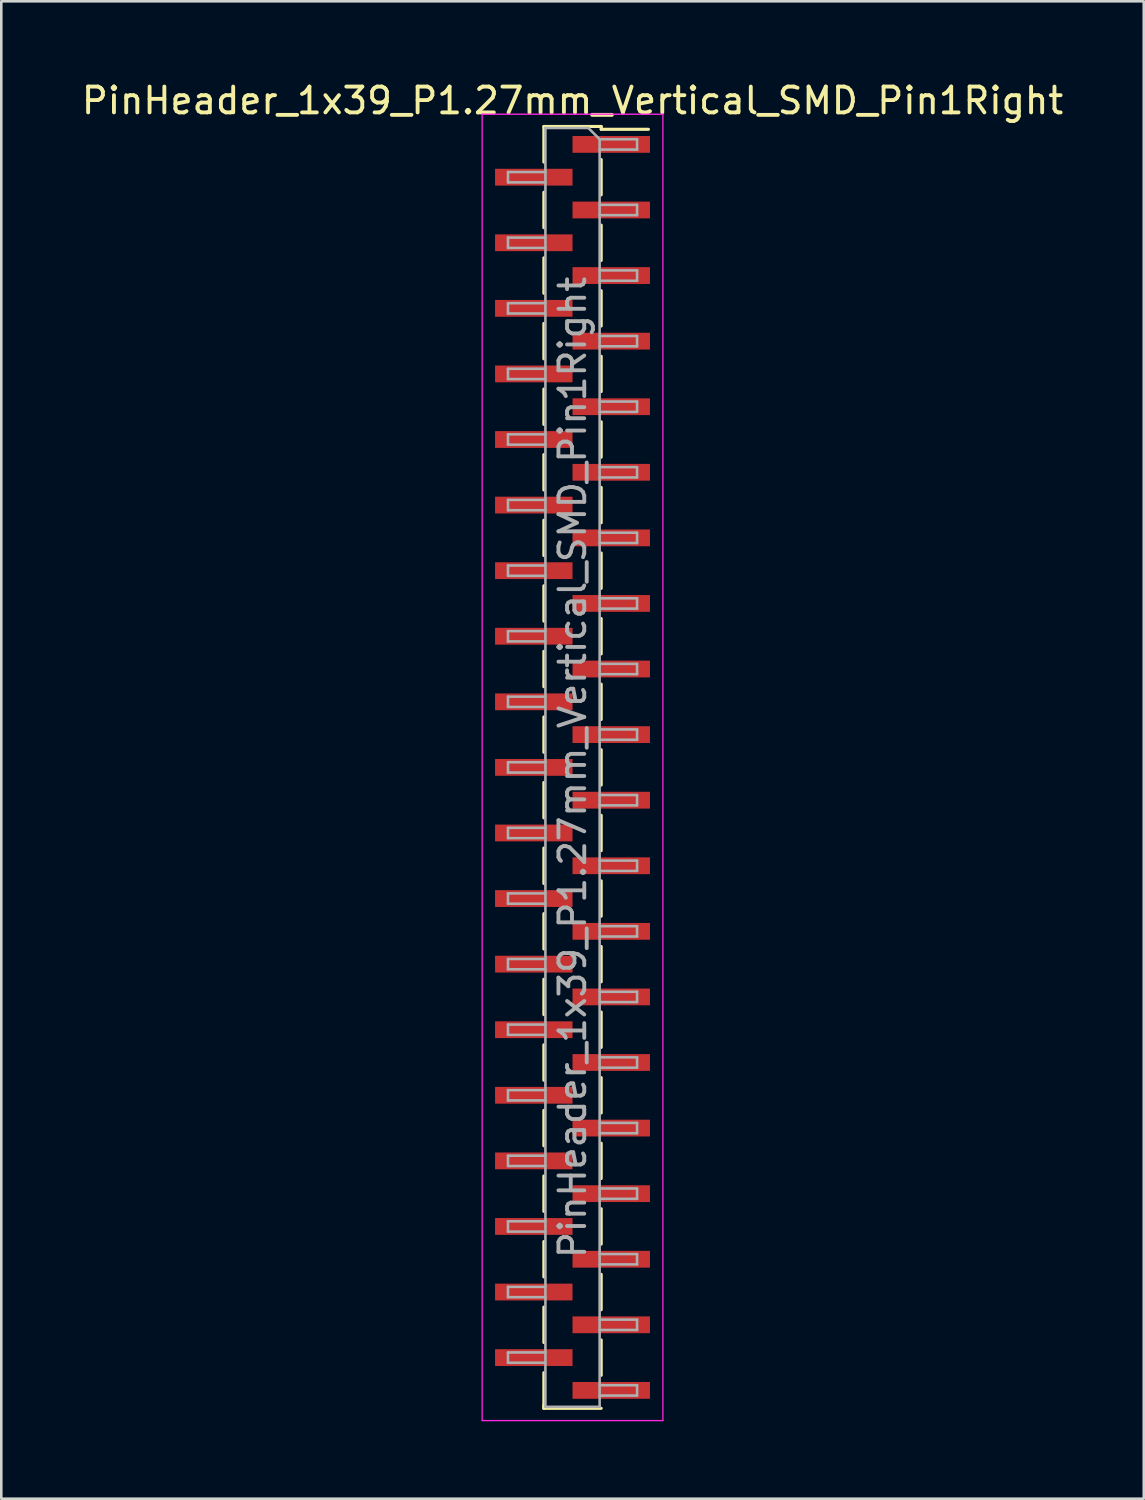
<source format=kicad_pcb>
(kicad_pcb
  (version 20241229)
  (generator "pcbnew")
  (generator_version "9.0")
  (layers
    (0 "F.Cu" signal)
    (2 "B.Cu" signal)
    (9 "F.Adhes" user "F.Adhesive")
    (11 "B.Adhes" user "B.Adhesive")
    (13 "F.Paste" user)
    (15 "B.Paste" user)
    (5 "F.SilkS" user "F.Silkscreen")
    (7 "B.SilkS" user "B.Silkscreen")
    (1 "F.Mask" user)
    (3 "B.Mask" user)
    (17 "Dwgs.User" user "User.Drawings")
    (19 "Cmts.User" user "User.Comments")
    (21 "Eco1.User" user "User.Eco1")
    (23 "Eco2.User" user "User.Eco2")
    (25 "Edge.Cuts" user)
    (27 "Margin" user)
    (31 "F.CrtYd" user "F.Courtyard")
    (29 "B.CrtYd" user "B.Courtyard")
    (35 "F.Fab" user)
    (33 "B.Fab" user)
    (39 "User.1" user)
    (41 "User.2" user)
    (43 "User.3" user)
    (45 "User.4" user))
  (footprint "PinHeader_1x39_P1.27mm_Vertical_SMD_Pin1Right"
    (layer "F.Cu")
    (at 19.125 26.673)
    (property "Reference" "PinHeader_1x39_P1.27mm_Vertical_SMD_Pin1Right" (at 0 -25.825 0) (layer "F.SilkS") (effects (font (size 1 1) (thickness 0.15))))
    (attr smd)
    (fp_line (start -1.11 -24.825) (end 1.11 -24.825) (stroke (width 0.12) (type solid)) (layer "F.SilkS"))
    (fp_line (start -1.11 -24.815) (end -1.11 -23.445) (stroke (width 0.12) (type solid)) (layer "F.SilkS"))
    (fp_line (start -1.11 -22.275) (end -1.11 -20.905) (stroke (width 0.12) (type solid)) (layer "F.SilkS"))
    (fp_line (start -1.11 -19.735) (end -1.11 -18.365) (stroke (width 0.12) (type solid)) (layer "F.SilkS"))
    (fp_line (start -1.11 -17.195) (end -1.11 -15.825) (stroke (width 0.12) (type solid)) (layer "F.SilkS"))
    (fp_line (start -1.11 -14.655) (end -1.11 -13.285) (stroke (width 0.12) (type solid)) (layer "F.SilkS"))
    (fp_line (start -1.11 -12.115) (end -1.11 -10.745) (stroke (width 0.12) (type solid)) (layer "F.SilkS"))
    (fp_line (start -1.11 -9.575) (end -1.11 -8.205) (stroke (width 0.12) (type solid)) (layer "F.SilkS"))
    (fp_line (start -1.11 -7.035) (end -1.11 -5.665) (stroke (width 0.12) (type solid)) (layer "F.SilkS"))
    (fp_line (start -1.11 -4.495) (end -1.11 -3.125) (stroke (width 0.12) (type solid)) (layer "F.SilkS"))
    (fp_line (start -1.11 -1.955) (end -1.11 -0.585) (stroke (width 0.12) (type solid)) (layer "F.SilkS"))
    (fp_line (start -1.11 0.585) (end -1.11 1.955) (stroke (width 0.12) (type solid)) (layer "F.SilkS"))
    (fp_line (start -1.11 3.125) (end -1.11 4.495) (stroke (width 0.12) (type solid)) (layer "F.SilkS"))
    (fp_line (start -1.11 5.665) (end -1.11 7.035) (stroke (width 0.12) (type solid)) (layer "F.SilkS"))
    (fp_line (start -1.11 8.205) (end -1.11 9.575) (stroke (width 0.12) (type solid)) (layer "F.SilkS"))
    (fp_line (start -1.11 10.745) (end -1.11 12.115) (stroke (width 0.12) (type solid)) (layer "F.SilkS"))
    (fp_line (start -1.11 13.285) (end -1.11 14.655) (stroke (width 0.12) (type solid)) (layer "F.SilkS"))
    (fp_line (start -1.11 15.825) (end -1.11 17.195) (stroke (width 0.12) (type solid)) (layer "F.SilkS"))
    (fp_line (start -1.11 18.365) (end -1.11 19.735) (stroke (width 0.12) (type solid)) (layer "F.SilkS"))
    (fp_line (start -1.11 20.905) (end -1.11 22.275) (stroke (width 0.12) (type solid)) (layer "F.SilkS"))
    (fp_line (start -1.11 23.445) (end -1.11 24.815) (stroke (width 0.12) (type solid)) (layer "F.SilkS"))
    (fp_line (start -1.11 24.715) (end -1.11 24.825) (stroke (width 0.12) (type solid)) (layer "F.SilkS"))
    (fp_line (start -1.11 24.825) (end 1.11 24.825) (stroke (width 0.12) (type solid)) (layer "F.SilkS"))
    (fp_line (start 1.11 -24.825) (end 1.11 -24.715) (stroke (width 0.12) (type solid)) (layer "F.SilkS"))
    (fp_line (start 1.11 -24.715) (end 2.94 -24.715) (stroke (width 0.12) (type solid)) (layer "F.SilkS"))
    (fp_line (start 1.11 -23.545) (end 1.11 -22.175) (stroke (width 0.12) (type solid)) (layer "F.SilkS"))
    (fp_line (start 1.11 -21.005) (end 1.11 -19.635) (stroke (width 0.12) (type solid)) (layer "F.SilkS"))
    (fp_line (start 1.11 -18.465) (end 1.11 -17.095) (stroke (width 0.12) (type solid)) (layer "F.SilkS"))
    (fp_line (start 1.11 -15.925) (end 1.11 -14.555) (stroke (width 0.12) (type solid)) (layer "F.SilkS"))
    (fp_line (start 1.11 -13.385) (end 1.11 -12.015) (stroke (width 0.12) (type solid)) (layer "F.SilkS"))
    (fp_line (start 1.11 -10.845) (end 1.11 -9.475) (stroke (width 0.12) (type solid)) (layer "F.SilkS"))
    (fp_line (start 1.11 -8.305) (end 1.11 -6.935) (stroke (width 0.12) (type solid)) (layer "F.SilkS"))
    (fp_line (start 1.11 -5.765) (end 1.11 -4.395) (stroke (width 0.12) (type solid)) (layer "F.SilkS"))
    (fp_line (start 1.11 -3.225) (end 1.11 -1.855) (stroke (width 0.12) (type solid)) (layer "F.SilkS"))
    (fp_line (start 1.11 -0.685) (end 1.11 0.685) (stroke (width 0.12) (type solid)) (layer "F.SilkS"))
    (fp_line (start 1.11 1.855) (end 1.11 3.225) (stroke (width 0.12) (type solid)) (layer "F.SilkS"))
    (fp_line (start 1.11 4.395) (end 1.11 5.765) (stroke (width 0.12) (type solid)) (layer "F.SilkS"))
    (fp_line (start 1.11 6.935) (end 1.11 8.305) (stroke (width 0.12) (type solid)) (layer "F.SilkS"))
    (fp_line (start 1.11 9.475) (end 1.11 10.845) (stroke (width 0.12) (type solid)) (layer "F.SilkS"))
    (fp_line (start 1.11 12.015) (end 1.11 13.385) (stroke (width 0.12) (type solid)) (layer "F.SilkS"))
    (fp_line (start 1.11 14.555) (end 1.11 15.925) (stroke (width 0.12) (type solid)) (layer "F.SilkS"))
    (fp_line (start 1.11 17.095) (end 1.11 18.465) (stroke (width 0.12) (type solid)) (layer "F.SilkS"))
    (fp_line (start 1.11 19.635) (end 1.11 21.005) (stroke (width 0.12) (type solid)) (layer "F.SilkS"))
    (fp_line (start 1.11 22.175) (end 1.11 23.545) (stroke (width 0.12) (type solid)) (layer "F.SilkS"))
    (fp_line (start -3.5 -25.3) (end -3.5 25.3) (stroke (width 0.05) (type solid)) (layer "F.CrtYd"))
    (fp_line (start -3.5 25.3) (end 3.5 25.3) (stroke (width 0.05) (type solid)) (layer "F.CrtYd"))
    (fp_line (start 3.5 -25.3) (end -3.5 -25.3) (stroke (width 0.05) (type solid)) (layer "F.CrtYd"))
    (fp_line (start 3.5 25.3) (end 3.5 -25.3) (stroke (width 0.05) (type solid)) (layer "F.CrtYd"))
    (fp_line (start -2.5 -23.06) (end -2.5 -22.66) (stroke (width 0.1) (type solid)) (layer "F.Fab"))
    (fp_line (start -2.5 -22.66) (end -1.05 -22.66) (stroke (width 0.1) (type solid)) (layer "F.Fab"))
    (fp_line (start -2.5 -20.52) (end -2.5 -20.12) (stroke (width 0.1) (type solid)) (layer "F.Fab"))
    (fp_line (start -2.5 -20.12) (end -1.05 -20.12) (stroke (width 0.1) (type solid)) (layer "F.Fab"))
    (fp_line (start -2.5 -17.98) (end -2.5 -17.58) (stroke (width 0.1) (type solid)) (layer "F.Fab"))
    (fp_line (start -2.5 -17.58) (end -1.05 -17.58) (stroke (width 0.1) (type solid)) (layer "F.Fab"))
    (fp_line (start -2.5 -15.44) (end -2.5 -15.04) (stroke (width 0.1) (type solid)) (layer "F.Fab"))
    (fp_line (start -2.5 -15.04) (end -1.05 -15.04) (stroke (width 0.1) (type solid)) (layer "F.Fab"))
    (fp_line (start -2.5 -12.9) (end -2.5 -12.5) (stroke (width 0.1) (type solid)) (layer "F.Fab"))
    (fp_line (start -2.5 -12.5) (end -1.05 -12.5) (stroke (width 0.1) (type solid)) (layer "F.Fab"))
    (fp_line (start -2.5 -10.36) (end -2.5 -9.96) (stroke (width 0.1) (type solid)) (layer "F.Fab"))
    (fp_line (start -2.5 -9.96) (end -1.05 -9.96) (stroke (width 0.1) (type solid)) (layer "F.Fab"))
    (fp_line (start -2.5 -7.82) (end -2.5 -7.42) (stroke (width 0.1) (type solid)) (layer "F.Fab"))
    (fp_line (start -2.5 -7.42) (end -1.05 -7.42) (stroke (width 0.1) (type solid)) (layer "F.Fab"))
    (fp_line (start -2.5 -5.28) (end -2.5 -4.88) (stroke (width 0.1) (type solid)) (layer "F.Fab"))
    (fp_line (start -2.5 -4.88) (end -1.05 -4.88) (stroke (width 0.1) (type solid)) (layer "F.Fab"))
    (fp_line (start -2.5 -2.74) (end -2.5 -2.34) (stroke (width 0.1) (type solid)) (layer "F.Fab"))
    (fp_line (start -2.5 -2.34) (end -1.05 -2.34) (stroke (width 0.1) (type solid)) (layer "F.Fab"))
    (fp_line (start -2.5 -0.2) (end -2.5 0.2) (stroke (width 0.1) (type solid)) (layer "F.Fab"))
    (fp_line (start -2.5 0.2) (end -1.05 0.2) (stroke (width 0.1) (type solid)) (layer "F.Fab"))
    (fp_line (start -2.5 2.34) (end -2.5 2.74) (stroke (width 0.1) (type solid)) (layer "F.Fab"))
    (fp_line (start -2.5 2.74) (end -1.05 2.74) (stroke (width 0.1) (type solid)) (layer "F.Fab"))
    (fp_line (start -2.5 4.88) (end -2.5 5.28) (stroke (width 0.1) (type solid)) (layer "F.Fab"))
    (fp_line (start -2.5 5.28) (end -1.05 5.28) (stroke (width 0.1) (type solid)) (layer "F.Fab"))
    (fp_line (start -2.5 7.42) (end -2.5 7.82) (stroke (width 0.1) (type solid)) (layer "F.Fab"))
    (fp_line (start -2.5 7.82) (end -1.05 7.82) (stroke (width 0.1) (type solid)) (layer "F.Fab"))
    (fp_line (start -2.5 9.96) (end -2.5 10.36) (stroke (width 0.1) (type solid)) (layer "F.Fab"))
    (fp_line (start -2.5 10.36) (end -1.05 10.36) (stroke (width 0.1) (type solid)) (layer "F.Fab"))
    (fp_line (start -2.5 12.5) (end -2.5 12.9) (stroke (width 0.1) (type solid)) (layer "F.Fab"))
    (fp_line (start -2.5 12.9) (end -1.05 12.9) (stroke (width 0.1) (type solid)) (layer "F.Fab"))
    (fp_line (start -2.5 15.04) (end -2.5 15.44) (stroke (width 0.1) (type solid)) (layer "F.Fab"))
    (fp_line (start -2.5 15.44) (end -1.05 15.44) (stroke (width 0.1) (type solid)) (layer "F.Fab"))
    (fp_line (start -2.5 17.58) (end -2.5 17.98) (stroke (width 0.1) (type solid)) (layer "F.Fab"))
    (fp_line (start -2.5 17.98) (end -1.05 17.98) (stroke (width 0.1) (type solid)) (layer "F.Fab"))
    (fp_line (start -2.5 20.12) (end -2.5 20.52) (stroke (width 0.1) (type solid)) (layer "F.Fab"))
    (fp_line (start -2.5 20.52) (end -1.05 20.52) (stroke (width 0.1) (type solid)) (layer "F.Fab"))
    (fp_line (start -2.5 22.66) (end -2.5 23.06) (stroke (width 0.1) (type solid)) (layer "F.Fab"))
    (fp_line (start -2.5 23.06) (end -1.05 23.06) (stroke (width 0.1) (type solid)) (layer "F.Fab"))
    (fp_line (start -1.05 -24.765) (end -1.05 24.765) (stroke (width 0.1) (type solid)) (layer "F.Fab"))
    (fp_line (start -1.05 -24.765) (end 0.615 -24.765) (stroke (width 0.1) (type solid)) (layer "F.Fab"))
    (fp_line (start -1.05 -23.06) (end -2.5 -23.06) (stroke (width 0.1) (type solid)) (layer "F.Fab"))
    (fp_line (start -1.05 -20.52) (end -2.5 -20.52) (stroke (width 0.1) (type solid)) (layer "F.Fab"))
    (fp_line (start -1.05 -17.98) (end -2.5 -17.98) (stroke (width 0.1) (type solid)) (layer "F.Fab"))
    (fp_line (start -1.05 -15.44) (end -2.5 -15.44) (stroke (width 0.1) (type solid)) (layer "F.Fab"))
    (fp_line (start -1.05 -12.9) (end -2.5 -12.9) (stroke (width 0.1) (type solid)) (layer "F.Fab"))
    (fp_line (start -1.05 -10.36) (end -2.5 -10.36) (stroke (width 0.1) (type solid)) (layer "F.Fab"))
    (fp_line (start -1.05 -7.82) (end -2.5 -7.82) (stroke (width 0.1) (type solid)) (layer "F.Fab"))
    (fp_line (start -1.05 -5.28) (end -2.5 -5.28) (stroke (width 0.1) (type solid)) (layer "F.Fab"))
    (fp_line (start -1.05 -2.74) (end -2.5 -2.74) (stroke (width 0.1) (type solid)) (layer "F.Fab"))
    (fp_line (start -1.05 -0.2) (end -2.5 -0.2) (stroke (width 0.1) (type solid)) (layer "F.Fab"))
    (fp_line (start -1.05 2.34) (end -2.5 2.34) (stroke (width 0.1) (type solid)) (layer "F.Fab"))
    (fp_line (start -1.05 4.88) (end -2.5 4.88) (stroke (width 0.1) (type solid)) (layer "F.Fab"))
    (fp_line (start -1.05 7.42) (end -2.5 7.42) (stroke (width 0.1) (type solid)) (layer "F.Fab"))
    (fp_line (start -1.05 9.96) (end -2.5 9.96) (stroke (width 0.1) (type solid)) (layer "F.Fab"))
    (fp_line (start -1.05 12.5) (end -2.5 12.5) (stroke (width 0.1) (type solid)) (layer "F.Fab"))
    (fp_line (start -1.05 15.04) (end -2.5 15.04) (stroke (width 0.1) (type solid)) (layer "F.Fab"))
    (fp_line (start -1.05 17.58) (end -2.5 17.58) (stroke (width 0.1) (type solid)) (layer "F.Fab"))
    (fp_line (start -1.05 20.12) (end -2.5 20.12) (stroke (width 0.1) (type solid)) (layer "F.Fab"))
    (fp_line (start -1.05 22.66) (end -2.5 22.66) (stroke (width 0.1) (type solid)) (layer "F.Fab"))
    (fp_line (start 1.05 -24.33) (end 0.615 -24.765) (stroke (width 0.1) (type solid)) (layer "F.Fab"))
    (fp_line (start 1.05 -24.33) (end 2.5 -24.33) (stroke (width 0.1) (type solid)) (layer "F.Fab"))
    (fp_line (start 1.05 -21.79) (end 2.5 -21.79) (stroke (width 0.1) (type solid)) (layer "F.Fab"))
    (fp_line (start 1.05 -19.25) (end 2.5 -19.25) (stroke (width 0.1) (type solid)) (layer "F.Fab"))
    (fp_line (start 1.05 -16.71) (end 2.5 -16.71) (stroke (width 0.1) (type solid)) (layer "F.Fab"))
    (fp_line (start 1.05 -14.17) (end 2.5 -14.17) (stroke (width 0.1) (type solid)) (layer "F.Fab"))
    (fp_line (start 1.05 -11.63) (end 2.5 -11.63) (stroke (width 0.1) (type solid)) (layer "F.Fab"))
    (fp_line (start 1.05 -9.09) (end 2.5 -9.09) (stroke (width 0.1) (type solid)) (layer "F.Fab"))
    (fp_line (start 1.05 -6.55) (end 2.5 -6.55) (stroke (width 0.1) (type solid)) (layer "F.Fab"))
    (fp_line (start 1.05 -4.01) (end 2.5 -4.01) (stroke (width 0.1) (type solid)) (layer "F.Fab"))
    (fp_line (start 1.05 -1.47) (end 2.5 -1.47) (stroke (width 0.1) (type solid)) (layer "F.Fab"))
    (fp_line (start 1.05 1.07) (end 2.5 1.07) (stroke (width 0.1) (type solid)) (layer "F.Fab"))
    (fp_line (start 1.05 3.61) (end 2.5 3.61) (stroke (width 0.1) (type solid)) (layer "F.Fab"))
    (fp_line (start 1.05 6.15) (end 2.5 6.15) (stroke (width 0.1) (type solid)) (layer "F.Fab"))
    (fp_line (start 1.05 8.69) (end 2.5 8.69) (stroke (width 0.1) (type solid)) (layer "F.Fab"))
    (fp_line (start 1.05 11.23) (end 2.5 11.23) (stroke (width 0.1) (type solid)) (layer "F.Fab"))
    (fp_line (start 1.05 13.77) (end 2.5 13.77) (stroke (width 0.1) (type solid)) (layer "F.Fab"))
    (fp_line (start 1.05 16.31) (end 2.5 16.31) (stroke (width 0.1) (type solid)) (layer "F.Fab"))
    (fp_line (start 1.05 18.85) (end 2.5 18.85) (stroke (width 0.1) (type solid)) (layer "F.Fab"))
    (fp_line (start 1.05 21.39) (end 2.5 21.39) (stroke (width 0.1) (type solid)) (layer "F.Fab"))
    (fp_line (start 1.05 23.93) (end 2.5 23.93) (stroke (width 0.1) (type solid)) (layer "F.Fab"))
    (fp_line (start 1.05 24.765) (end -1.05 24.765) (stroke (width 0.1) (type solid)) (layer "F.Fab"))
    (fp_line (start 1.05 24.765) (end 1.05 -24.33) (stroke (width 0.1) (type solid)) (layer "F.Fab"))
    (fp_line (start 2.5 -24.33) (end 2.5 -23.93) (stroke (width 0.1) (type solid)) (layer "F.Fab"))
    (fp_line (start 2.5 -23.93) (end 1.05 -23.93) (stroke (width 0.1) (type solid)) (layer "F.Fab"))
    (fp_line (start 2.5 -21.79) (end 2.5 -21.39) (stroke (width 0.1) (type solid)) (layer "F.Fab"))
    (fp_line (start 2.5 -21.39) (end 1.05 -21.39) (stroke (width 0.1) (type solid)) (layer "F.Fab"))
    (fp_line (start 2.5 -19.25) (end 2.5 -18.85) (stroke (width 0.1) (type solid)) (layer "F.Fab"))
    (fp_line (start 2.5 -18.85) (end 1.05 -18.85) (stroke (width 0.1) (type solid)) (layer "F.Fab"))
    (fp_line (start 2.5 -16.71) (end 2.5 -16.31) (stroke (width 0.1) (type solid)) (layer "F.Fab"))
    (fp_line (start 2.5 -16.31) (end 1.05 -16.31) (stroke (width 0.1) (type solid)) (layer "F.Fab"))
    (fp_line (start 2.5 -14.17) (end 2.5 -13.77) (stroke (width 0.1) (type solid)) (layer "F.Fab"))
    (fp_line (start 2.5 -13.77) (end 1.05 -13.77) (stroke (width 0.1) (type solid)) (layer "F.Fab"))
    (fp_line (start 2.5 -11.63) (end 2.5 -11.23) (stroke (width 0.1) (type solid)) (layer "F.Fab"))
    (fp_line (start 2.5 -11.23) (end 1.05 -11.23) (stroke (width 0.1) (type solid)) (layer "F.Fab"))
    (fp_line (start 2.5 -9.09) (end 2.5 -8.69) (stroke (width 0.1) (type solid)) (layer "F.Fab"))
    (fp_line (start 2.5 -8.69) (end 1.05 -8.69) (stroke (width 0.1) (type solid)) (layer "F.Fab"))
    (fp_line (start 2.5 -6.55) (end 2.5 -6.15) (stroke (width 0.1) (type solid)) (layer "F.Fab"))
    (fp_line (start 2.5 -6.15) (end 1.05 -6.15) (stroke (width 0.1) (type solid)) (layer "F.Fab"))
    (fp_line (start 2.5 -4.01) (end 2.5 -3.61) (stroke (width 0.1) (type solid)) (layer "F.Fab"))
    (fp_line (start 2.5 -3.61) (end 1.05 -3.61) (stroke (width 0.1) (type solid)) (layer "F.Fab"))
    (fp_line (start 2.5 -1.47) (end 2.5 -1.07) (stroke (width 0.1) (type solid)) (layer "F.Fab"))
    (fp_line (start 2.5 -1.07) (end 1.05 -1.07) (stroke (width 0.1) (type solid)) (layer "F.Fab"))
    (fp_line (start 2.5 1.07) (end 2.5 1.47) (stroke (width 0.1) (type solid)) (layer "F.Fab"))
    (fp_line (start 2.5 1.47) (end 1.05 1.47) (stroke (width 0.1) (type solid)) (layer "F.Fab"))
    (fp_line (start 2.5 3.61) (end 2.5 4.01) (stroke (width 0.1) (type solid)) (layer "F.Fab"))
    (fp_line (start 2.5 4.01) (end 1.05 4.01) (stroke (width 0.1) (type solid)) (layer "F.Fab"))
    (fp_line (start 2.5 6.15) (end 2.5 6.55) (stroke (width 0.1) (type solid)) (layer "F.Fab"))
    (fp_line (start 2.5 6.55) (end 1.05 6.55) (stroke (width 0.1) (type solid)) (layer "F.Fab"))
    (fp_line (start 2.5 8.69) (end 2.5 9.09) (stroke (width 0.1) (type solid)) (layer "F.Fab"))
    (fp_line (start 2.5 9.09) (end 1.05 9.09) (stroke (width 0.1) (type solid)) (layer "F.Fab"))
    (fp_line (start 2.5 11.23) (end 2.5 11.63) (stroke (width 0.1) (type solid)) (layer "F.Fab"))
    (fp_line (start 2.5 11.63) (end 1.05 11.63) (stroke (width 0.1) (type solid)) (layer "F.Fab"))
    (fp_line (start 2.5 13.77) (end 2.5 14.17) (stroke (width 0.1) (type solid)) (layer "F.Fab"))
    (fp_line (start 2.5 14.17) (end 1.05 14.17) (stroke (width 0.1) (type solid)) (layer "F.Fab"))
    (fp_line (start 2.5 16.31) (end 2.5 16.71) (stroke (width 0.1) (type solid)) (layer "F.Fab"))
    (fp_line (start 2.5 16.71) (end 1.05 16.71) (stroke (width 0.1) (type solid)) (layer "F.Fab"))
    (fp_line (start 2.5 18.85) (end 2.5 19.25) (stroke (width 0.1) (type solid)) (layer "F.Fab"))
    (fp_line (start 2.5 19.25) (end 1.05 19.25) (stroke (width 0.1) (type solid)) (layer "F.Fab"))
    (fp_line (start 2.5 21.39) (end 2.5 21.79) (stroke (width 0.1) (type solid)) (layer "F.Fab"))
    (fp_line (start 2.5 21.79) (end 1.05 21.79) (stroke (width 0.1) (type solid)) (layer "F.Fab"))
    (fp_line (start 2.5 23.93) (end 2.5 24.33) (stroke (width 0.1) (type solid)) (layer "F.Fab"))
    (fp_line (start 2.5 24.33) (end 1.05 24.33) (stroke (width 0.1) (type solid)) (layer "F.Fab"))
    (fp_text user "${REFERENCE}" (at 0 0 90) (layer "F.Fab") (effects (font (size 1 1) (thickness 0.15))))
    (pad "1" smd rect (at 1.5 -24.13) (size 3 0.65) (layers "F.Cu" "F.Mask" "F.Paste"))
    (pad "2" smd rect (at -1.5 -22.86) (size 3 0.65) (layers "F.Cu" "F.Mask" "F.Paste"))
    (pad "3" smd rect (at 1.5 -21.59) (size 3 0.65) (layers "F.Cu" "F.Mask" "F.Paste"))
    (pad "4" smd rect (at -1.5 -20.32) (size 3 0.65) (layers "F.Cu" "F.Mask" "F.Paste"))
    (pad "5" smd rect (at 1.5 -19.05) (size 3 0.65) (layers "F.Cu" "F.Mask" "F.Paste"))
    (pad "6" smd rect (at -1.5 -17.78) (size 3 0.65) (layers "F.Cu" "F.Mask" "F.Paste"))
    (pad "7" smd rect (at 1.5 -16.51) (size 3 0.65) (layers "F.Cu" "F.Mask" "F.Paste"))
    (pad "8" smd rect (at -1.5 -15.24) (size 3 0.65) (layers "F.Cu" "F.Mask" "F.Paste"))
    (pad "9" smd rect (at 1.5 -13.97) (size 3 0.65) (layers "F.Cu" "F.Mask" "F.Paste"))
    (pad "10" smd rect (at -1.5 -12.7) (size 3 0.65) (layers "F.Cu" "F.Mask" "F.Paste"))
    (pad "11" smd rect (at 1.5 -11.43) (size 3 0.65) (layers "F.Cu" "F.Mask" "F.Paste"))
    (pad "12" smd rect (at -1.5 -10.16) (size 3 0.65) (layers "F.Cu" "F.Mask" "F.Paste"))
    (pad "13" smd rect (at 1.5 -8.89) (size 3 0.65) (layers "F.Cu" "F.Mask" "F.Paste"))
    (pad "14" smd rect (at -1.5 -7.62) (size 3 0.65) (layers "F.Cu" "F.Mask" "F.Paste"))
    (pad "15" smd rect (at 1.5 -6.35) (size 3 0.65) (layers "F.Cu" "F.Mask" "F.Paste"))
    (pad "16" smd rect (at -1.5 -5.08) (size 3 0.65) (layers "F.Cu" "F.Mask" "F.Paste"))
    (pad "17" smd rect (at 1.5 -3.81) (size 3 0.65) (layers "F.Cu" "F.Mask" "F.Paste"))
    (pad "18" smd rect (at -1.5 -2.54) (size 3 0.65) (layers "F.Cu" "F.Mask" "F.Paste"))
    (pad "19" smd rect (at 1.5 -1.27) (size 3 0.65) (layers "F.Cu" "F.Mask" "F.Paste"))
    (pad "20" smd rect (at -1.5 0) (size 3 0.65) (layers "F.Cu" "F.Mask" "F.Paste"))
    (pad "21" smd rect (at 1.5 1.27) (size 3 0.65) (layers "F.Cu" "F.Mask" "F.Paste"))
    (pad "22" smd rect (at -1.5 2.54) (size 3 0.65) (layers "F.Cu" "F.Mask" "F.Paste"))
    (pad "23" smd rect (at 1.5 3.81) (size 3 0.65) (layers "F.Cu" "F.Mask" "F.Paste"))
    (pad "24" smd rect (at -1.5 5.08) (size 3 0.65) (layers "F.Cu" "F.Mask" "F.Paste"))
    (pad "25" smd rect (at 1.5 6.35) (size 3 0.65) (layers "F.Cu" "F.Mask" "F.Paste"))
    (pad "26" smd rect (at -1.5 7.62) (size 3 0.65) (layers "F.Cu" "F.Mask" "F.Paste"))
    (pad "27" smd rect (at 1.5 8.89) (size 3 0.65) (layers "F.Cu" "F.Mask" "F.Paste"))
    (pad "28" smd rect (at -1.5 10.16) (size 3 0.65) (layers "F.Cu" "F.Mask" "F.Paste"))
    (pad "29" smd rect (at 1.5 11.43) (size 3 0.65) (layers "F.Cu" "F.Mask" "F.Paste"))
    (pad "30" smd rect (at -1.5 12.7) (size 3 0.65) (layers "F.Cu" "F.Mask" "F.Paste"))
    (pad "31" smd rect (at 1.5 13.97) (size 3 0.65) (layers "F.Cu" "F.Mask" "F.Paste"))
    (pad "32" smd rect (at -1.5 15.24) (size 3 0.65) (layers "F.Cu" "F.Mask" "F.Paste"))
    (pad "33" smd rect (at 1.5 16.51) (size 3 0.65) (layers "F.Cu" "F.Mask" "F.Paste"))
    (pad "34" smd rect (at -1.5 17.78) (size 3 0.65) (layers "F.Cu" "F.Mask" "F.Paste"))
    (pad "35" smd rect (at 1.5 19.05) (size 3 0.65) (layers "F.Cu" "F.Mask" "F.Paste"))
    (pad "36" smd rect (at -1.5 20.32) (size 3 0.65) (layers "F.Cu" "F.Mask" "F.Paste"))
    (pad "37" smd rect (at 1.5 21.59) (size 3 0.65) (layers "F.Cu" "F.Mask" "F.Paste"))
    (pad "38" smd rect (at -1.5 22.86) (size 3 0.65) (layers "F.Cu" "F.Mask" "F.Paste"))
    (pad "39" smd rect (at 1.5 24.13) (size 3 0.65) (layers "F.Cu" "F.Mask" "F.Paste")))
  (gr_rect
    (start -3 -3)
    (end 41.25 54.998)
    (stroke (width 0.1) (type default))
    (fill no)
    (layer "Edge.Cuts")))
</source>
